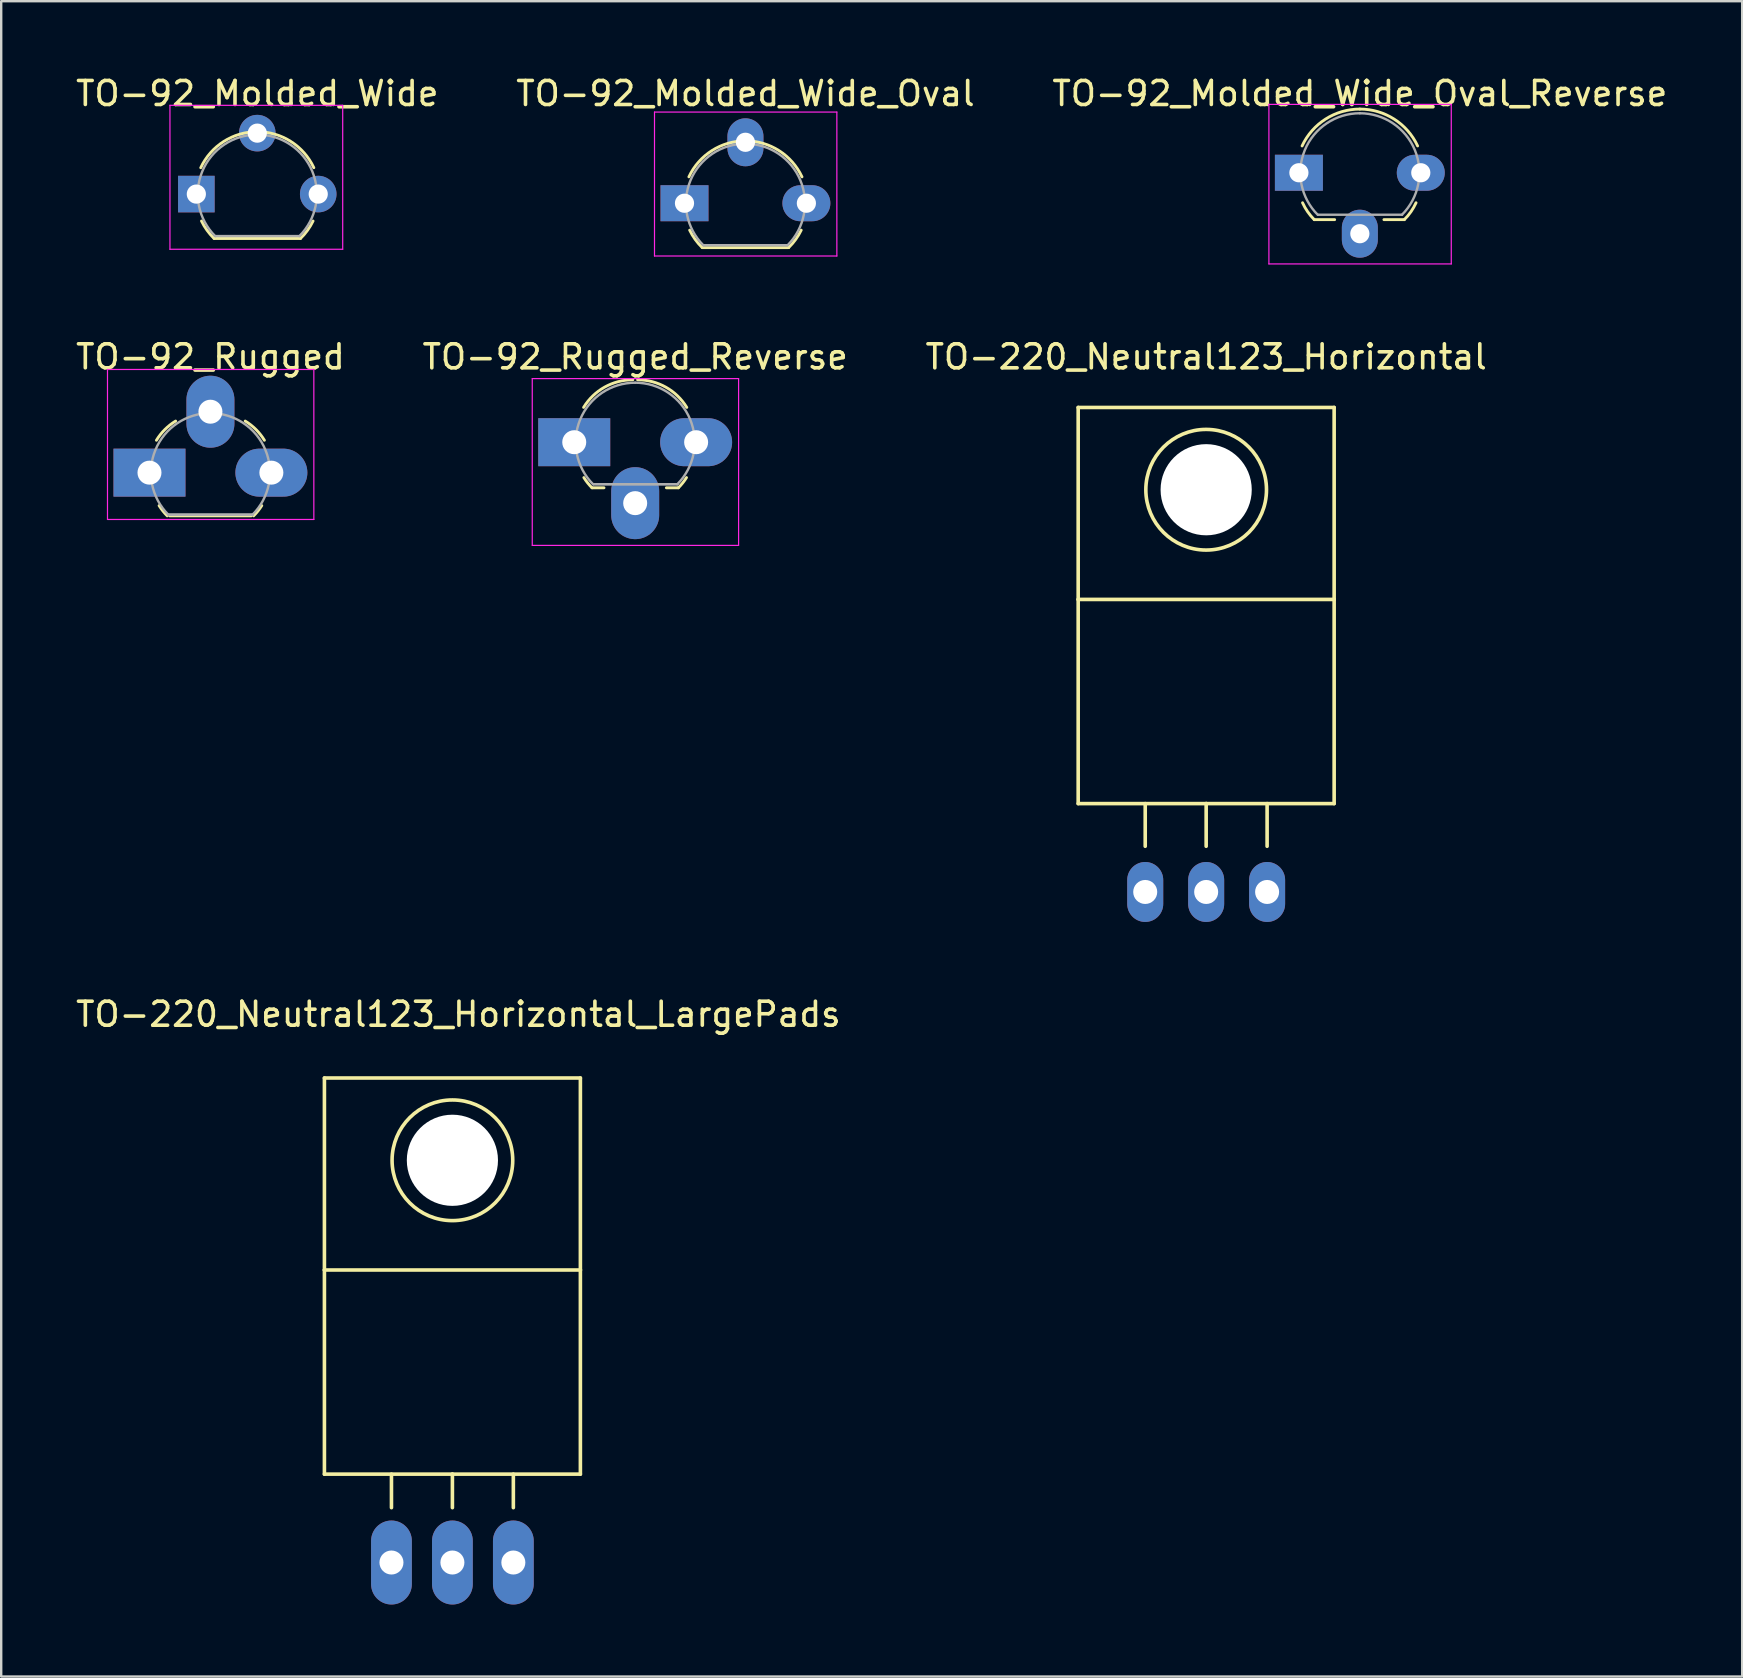
<source format=kicad_pcb>
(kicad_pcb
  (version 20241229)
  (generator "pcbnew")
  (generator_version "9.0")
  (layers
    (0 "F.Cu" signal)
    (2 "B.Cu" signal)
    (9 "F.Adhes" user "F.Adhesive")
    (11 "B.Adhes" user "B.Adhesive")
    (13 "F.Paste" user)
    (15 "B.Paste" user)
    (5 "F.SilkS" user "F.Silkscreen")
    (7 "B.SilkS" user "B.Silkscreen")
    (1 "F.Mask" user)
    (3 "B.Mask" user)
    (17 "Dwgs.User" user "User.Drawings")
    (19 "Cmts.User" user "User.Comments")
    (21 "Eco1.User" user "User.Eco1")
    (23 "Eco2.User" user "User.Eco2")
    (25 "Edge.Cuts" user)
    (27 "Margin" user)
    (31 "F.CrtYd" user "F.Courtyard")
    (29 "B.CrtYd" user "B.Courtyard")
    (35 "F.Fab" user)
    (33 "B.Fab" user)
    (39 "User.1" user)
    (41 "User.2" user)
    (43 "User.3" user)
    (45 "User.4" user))
  (footprint "TO-92_Molded_Wide_Oval"
    (layer "F.Cu")
    (at 25.478 5.42)
    (property "Reference" "TO-92_Molded_Wide_Oval" (at 2.54 -4.572 0) (layer "F.SilkS") (effects (font (size 1 1) (thickness 0.15))))
    (attr through_hole)
    (fp_line (start 0.74 1.85) (end 4.34 1.85) (stroke (width 0.12) (type solid)) (layer "F.SilkS"))
    (fp_arc (start 0.1836 -1.098807) (mid 1.143021 -2.192817) (end 2.54 -2.6) (stroke (width 0.12) (type solid)) (layer "F.SilkS"))
    (fp_arc (start 0.74 1.85) (mid 0.446097 1.509328) (end 0.215816 1.122795) (stroke (width 0.12) (type solid)) (layer "F.SilkS"))
    (fp_arc (start 2.54 -2.6) (mid 3.936979 -2.192818) (end 4.8964 -1.098807) (stroke (width 0.12) (type solid)) (layer "F.SilkS"))
    (fp_arc (start 4.864184 1.122795) (mid 4.633903 1.509328) (end 4.34 1.85) (stroke (width 0.12) (type solid)) (layer "F.SilkS"))
    (fp_line (start -1.25 -3.8) (end 6.35 -3.8) (stroke (width 0.05) (type solid)) (layer "F.CrtYd"))
    (fp_line (start -1.25 2.2) (end -1.25 -3.8) (stroke (width 0.05) (type solid)) (layer "F.CrtYd"))
    (fp_line (start -1.25 2.2) (end 6.35 2.2) (stroke (width 0.05) (type solid)) (layer "F.CrtYd"))
    (fp_line (start 6.35 2.2) (end 6.35 -3.8) (stroke (width 0.05) (type solid)) (layer "F.CrtYd"))
    (fp_line (start 0.8 1.75) (end 4.3 1.75) (stroke (width 0.1) (type solid)) (layer "F.Fab"))
    (fp_arc (start 0.786375 1.753625) (mid 0.248779 -0.949055) (end 2.54 -2.48) (stroke (width 0.1) (type solid)) (layer "F.Fab"))
    (fp_arc (start 2.54 -2.48) (mid 4.831221 -0.949055) (end 4.293625 1.753625) (stroke (width 0.1) (type solid)) (layer "F.Fab"))
    (pad "1" thru_hole rect (at 0 0 90) (size 1.501 1.999) (drill 0.8) (layers "*.Cu" "*.Mask"))
    (pad "2" thru_hole oval (at 2.54 -2.54 90) (size 1.999 1.501) (drill 0.8) (layers "*.Cu" "*.Mask"))
    (pad "3" thru_hole oval (at 5.08 0 90) (size 1.501 1.999) (drill 0.8) (layers "*.Cu" "*.Mask")))
  (footprint "TO-92_Rugged"
    (layer "F.Cu")
    (at 3.18 16.649)
    (property "Reference" "TO-92_Rugged" (at 2.54 -4.826 0) (layer "F.SilkS") (effects (font (size 1 1) (thickness 0.15))))
    (attr through_hole)
    (fp_line (start 0.84 1.8) (end 4.24 1.8) (stroke (width 0.12) (type solid)) (layer "F.SilkS"))
    (fp_arc (start 0.29 -1.35) (mid 0.642207 -1.797793) (end 1.09 -2.15) (stroke (width 0.12) (type solid)) (layer "F.SilkS"))
    (fp_arc (start 0.74 1.8) (mid 0.558552 1.596715) (end 0.401273 1.374203) (stroke (width 0.12) (type solid)) (layer "F.SilkS"))
    (fp_arc (start 3.99 -2.15) (mid 4.437793 -1.797793) (end 4.79 -1.35) (stroke (width 0.12) (type solid)) (layer "F.SilkS"))
    (fp_arc (start 4.678727 1.374203) (mid 4.521448 1.596715) (end 4.34 1.8) (stroke (width 0.12) (type solid)) (layer "F.SilkS"))
    (fp_line (start -1.75 -4.3) (end 6.85 -4.3) (stroke (width 0.05) (type solid)) (layer "F.CrtYd"))
    (fp_line (start -1.75 1.95) (end -1.75 -4.3) (stroke (width 0.05) (type solid)) (layer "F.CrtYd"))
    (fp_line (start -1.75 1.95) (end 6.85 1.95) (stroke (width 0.05) (type solid)) (layer "F.CrtYd"))
    (fp_line (start 6.85 1.95) (end 6.85 -4.3) (stroke (width 0.05) (type solid)) (layer "F.CrtYd"))
    (fp_line (start 0.8 1.75) (end 4.3 1.75) (stroke (width 0.1) (type solid)) (layer "F.Fab"))
    (fp_line (start 0.8 1.75) (end 4.3 1.75) (stroke (width 0.1) (type solid)) (layer "F.Fab"))
    (fp_arc (start 0.786375 1.753625) (mid 0.248779 -0.949055) (end 2.54 -2.48) (stroke (width 0.1) (type solid)) (layer "F.Fab"))
    (fp_arc (start 2.54 -2.48) (mid 4.831221 -0.949055) (end 4.293625 1.753625) (stroke (width 0.1) (type solid)) (layer "F.Fab"))
    (pad "1" thru_hole rect (at 0 0 90) (size 2 3) (drill 1) (layers "*.Cu" "*.Mask"))
    (pad "2" thru_hole oval (at 2.54 -2.54 90) (size 3 2) (drill 1) (layers "*.Cu" "*.Mask"))
    (pad "3" thru_hole oval (at 5.08 0 90) (size 2 3) (drill 1) (layers "*.Cu" "*.Mask")))
  (footprint "TO-220_Neutral123_Horizontal_LargePads"
    (layer "F.Cu")
    (at 15.805 62.072)
    (property "Reference" "TO-220_Neutral123_Horizontal_LargePads" (at 0.249 -22.85 0) (layer "F.SilkS") (effects (font (size 1 1) (thickness 0.15))))
    (attr through_hole)
    (fp_line (start -5.334 -20.193) (end -5.334 -12.192) (stroke (width 0.15) (type solid)) (layer "F.SilkS"))
    (fp_line (start -5.334 -12.192) (end -5.334 -3.683) (stroke (width 0.15) (type solid)) (layer "F.SilkS"))
    (fp_line (start -2.54 -3.683) (end -2.54 -2.286) (stroke (width 0.15) (type solid)) (layer "F.SilkS"))
    (fp_line (start 0 -3.683) (end -5.334 -3.683) (stroke (width 0.15) (type solid)) (layer "F.SilkS"))
    (fp_line (start 0 -3.683) (end 0 -2.286) (stroke (width 0.15) (type solid)) (layer "F.SilkS"))
    (fp_line (start 0 -3.683) (end 5.334 -3.683) (stroke (width 0.15) (type solid)) (layer "F.SilkS"))
    (fp_line (start 2.54 -3.683) (end 2.54 -2.286) (stroke (width 0.15) (type solid)) (layer "F.SilkS"))
    (fp_line (start 5.334 -20.193) (end -5.334 -20.193) (stroke (width 0.15) (type solid)) (layer "F.SilkS"))
    (fp_line (start 5.334 -12.192) (end -5.334 -12.192) (stroke (width 0.15) (type solid)) (layer "F.SilkS"))
    (fp_line (start 5.334 -12.192) (end 5.334 -20.193) (stroke (width 0.15) (type solid)) (layer "F.SilkS"))
    (fp_line (start 5.334 -3.683) (end 5.334 -12.192) (stroke (width 0.15) (type solid)) (layer "F.SilkS"))
    (fp_circle (center 0 -16.764) (end 1.778 -14.986) (stroke (width 0.15) (type solid)) (fill no) (layer "F.SilkS"))
    (pad "" np_thru_hole circle (at 0 -16.764 90) (size 3.8 3.8) (drill 3.8) (layers "*.Cu" "*.Mask"))
    (pad "1" thru_hole oval (at -2.54 0 90) (size 3.5 1.699) (drill 1.001) (layers "*.Cu" "*.Mask"))
    (pad "2" thru_hole oval (at 0 0 90) (size 3.5 1.699) (drill 1.001) (layers "*.Cu" "*.Mask"))
    (pad "3" thru_hole oval (at 2.54 0 90) (size 3.5 1.699) (drill 1.001) (layers "*.Cu" "*.Mask")))
  (footprint "TO-92_Molded_Wide"
    (layer "F.Cu")
    (at 5.133 5.039)
    (property "Reference" "TO-92_Molded_Wide" (at 2.54 -4.191 180) (layer "F.SilkS") (effects (font (size 1 1) (thickness 0.15))))
    (attr through_hole)
    (fp_line (start 0.74 1.85) (end 4.34 1.85) (stroke (width 0.12) (type solid)) (layer "F.SilkS"))
    (fp_arc (start 0.1836 -1.098807) (mid 1.143021 -2.192817) (end 2.54 -2.6) (stroke (width 0.12) (type solid)) (layer "F.SilkS"))
    (fp_arc (start 0.74 1.85) (mid 0.446097 1.509328) (end 0.215816 1.122795) (stroke (width 0.12) (type solid)) (layer "F.SilkS"))
    (fp_arc (start 2.54 -2.6) (mid 3.936979 -2.192818) (end 4.8964 -1.098807) (stroke (width 0.12) (type solid)) (layer "F.SilkS"))
    (fp_arc (start 4.864184 1.122795) (mid 4.633903 1.509328) (end 4.34 1.85) (stroke (width 0.12) (type solid)) (layer "F.SilkS"))
    (fp_line (start -1.1 -3.7) (end 6.1 -3.7) (stroke (width 0.05) (type solid)) (layer "F.CrtYd"))
    (fp_line (start -1.1 2.3) (end -1.1 -3.7) (stroke (width 0.05) (type solid)) (layer "F.CrtYd"))
    (fp_line (start 6.1 -3.7) (end 6.1 2.3) (stroke (width 0.05) (type solid)) (layer "F.CrtYd"))
    (fp_line (start 6.1 2.3) (end -1.1 2.3) (stroke (width 0.05) (type solid)) (layer "F.CrtYd"))
    (fp_line (start 0.8 1.75) (end 4.3 1.75) (stroke (width 0.1) (type solid)) (layer "F.Fab"))
    (fp_arc (start 0.786375 1.753625) (mid 0.248779 -0.949055) (end 2.54 -2.48) (stroke (width 0.1) (type solid)) (layer "F.Fab"))
    (fp_arc (start 2.54 -2.48) (mid 4.831221 -0.949055) (end 4.293625 1.753625) (stroke (width 0.1) (type solid)) (layer "F.Fab"))
    (pad "1" thru_hole rect (at 0 0 90) (size 1.524 1.524) (drill 0.8) (layers "*.Cu" "*.Mask"))
    (pad "2" thru_hole circle (at 2.54 -2.54 90) (size 1.524 1.524) (drill 0.8) (layers "*.Cu" "*.Mask"))
    (pad "3" thru_hole circle (at 5.08 0 90) (size 1.524 1.524) (drill 0.8) (layers "*.Cu" "*.Mask")))
  (footprint "TO-92_Rugged_Reverse"
    (layer "F.Cu")
    (at 20.883 15.38)
    (property "Reference" "TO-92_Rugged_Reverse" (at 2.54 -3.556 0) (layer "F.SilkS") (effects (font (size 1 1) (thickness 0.15))))
    (attr through_hole)
    (fp_line (start 0.74 1.9) (end 1.24 1.9) (stroke (width 0.12) (type solid)) (layer "F.SilkS"))
    (fp_line (start 3.84 1.9) (end 4.34 1.9) (stroke (width 0.12) (type solid)) (layer "F.SilkS"))
    (fp_arc (start 0.39 -1.45) (mid 1.264479 -2.293598) (end 2.44 -2.601041) (stroke (width 0.12) (type solid)) (layer "F.SilkS"))
    (fp_arc (start 0.74 1.9) (mid 0.558552 1.696715) (end 0.401273 1.474203) (stroke (width 0.12) (type solid)) (layer "F.SilkS"))
    (fp_arc (start 2.64 -2.601041) (mid 3.815521 -2.293597) (end 4.69 -1.45) (stroke (width 0.12) (type solid)) (layer "F.SilkS"))
    (fp_arc (start 4.678727 1.474203) (mid 4.521448 1.696715) (end 4.34 1.9) (stroke (width 0.12) (type solid)) (layer "F.SilkS"))
    (fp_line (start -1.75 -2.65) (end 6.85 -2.65) (stroke (width 0.05) (type solid)) (layer "F.CrtYd"))
    (fp_line (start -1.75 4.3) (end -1.75 -2.65) (stroke (width 0.05) (type solid)) (layer "F.CrtYd"))
    (fp_line (start -1.75 4.3) (end 6.85 4.3) (stroke (width 0.05) (type solid)) (layer "F.CrtYd"))
    (fp_line (start 6.85 4.3) (end 6.85 -2.65) (stroke (width 0.05) (type solid)) (layer "F.CrtYd"))
    (fp_line (start 0.8 1.75) (end 4.3 1.75) (stroke (width 0.1) (type solid)) (layer "F.Fab"))
    (fp_line (start 0.8 1.75) (end 4.3 1.75) (stroke (width 0.1) (type solid)) (layer "F.Fab"))
    (fp_arc (start 0.786375 1.753625) (mid 0.248779 -0.949055) (end 2.54 -2.48) (stroke (width 0.1) (type solid)) (layer "F.Fab"))
    (fp_arc (start 2.54 -2.48) (mid 4.831221 -0.949055) (end 4.293625 1.753625) (stroke (width 0.1) (type solid)) (layer "F.Fab"))
    (pad "1" thru_hole rect (at 0 0 90) (size 2 3) (drill 1) (layers "*.Cu" "*.Mask"))
    (pad "2" thru_hole oval (at 2.54 2.54 90) (size 3 2) (drill 1) (layers "*.Cu" "*.Mask"))
    (pad "3" thru_hole oval (at 5.08 0 90) (size 2 3) (drill 1) (layers "*.Cu" "*.Mask")))
  (footprint "TO-92_Molded_Wide_Oval_Reverse"
    (layer "F.Cu")
    (at 51.085 4.15)
    (property "Reference" "TO-92_Molded_Wide_Oval_Reverse" (at 2.54 -3.302 0) (layer "F.SilkS") (effects (font (size 1 1) (thickness 0.15))))
    (attr through_hole)
    (fp_line (start 0.64 1.954) (end 1.49 1.954) (stroke (width 0.12) (type solid)) (layer "F.SilkS"))
    (fp_line (start 3.544 1.954) (end 4.394 1.954) (stroke (width 0.12) (type solid)) (layer "F.SilkS"))
    (fp_arc (start 0.132705 -1.117429) (mid 1.112054 -2.237116) (end 2.54 -2.654) (stroke (width 0.12) (type solid)) (layer "F.SilkS"))
    (fp_arc (start 0.64 1.954) (mid 0.364627 1.624365) (end 0.152305 1.25099) (stroke (width 0.12) (type solid)) (layer "F.SilkS"))
    (fp_arc (start 2.54 -2.654) (mid 3.967946 -2.237116) (end 4.947295 -1.117429) (stroke (width 0.12) (type solid)) (layer "F.SilkS"))
    (fp_arc (start 4.881695 1.25099) (mid 4.669373 1.624365) (end 4.394 1.954) (stroke (width 0.12) (type solid)) (layer "F.SilkS"))
    (fp_line (start -1.25 -2.85) (end 6.35 -2.85) (stroke (width 0.05) (type solid)) (layer "F.CrtYd"))
    (fp_line (start -1.25 3.8) (end -1.25 -2.85) (stroke (width 0.05) (type solid)) (layer "F.CrtYd"))
    (fp_line (start -1.25 3.8) (end 6.35 3.8) (stroke (width 0.05) (type solid)) (layer "F.CrtYd"))
    (fp_line (start 6.35 3.8) (end 6.35 -2.85) (stroke (width 0.05) (type solid)) (layer "F.CrtYd"))
    (fp_line (start 0.8 1.75) (end 4.3 1.75) (stroke (width 0.1) (type solid)) (layer "F.Fab"))
    (fp_arc (start 0.786375 1.753625) (mid 0.248779 -0.949055) (end 2.54 -2.48) (stroke (width 0.1) (type solid)) (layer "F.Fab"))
    (fp_arc (start 2.54 -2.48) (mid 4.831221 -0.949055) (end 4.293625 1.753625) (stroke (width 0.1) (type solid)) (layer "F.Fab"))
    (pad "1" thru_hole rect (at 0 0 90) (size 1.5 2) (drill 0.8) (layers "*.Cu" "*.Mask"))
    (pad "2" thru_hole oval (at 2.54 2.54 90) (size 2 1.5) (drill 0.8) (layers "*.Cu" "*.Mask"))
    (pad "3" thru_hole oval (at 5.08 0 90) (size 1.5 2) (drill 0.8) (layers "*.Cu" "*.Mask")))
  (footprint "TO-220_Neutral123_Horizontal"
    (layer "F.Cu")
    (at 47.22 34.125)
    (property "Reference" "TO-220_Neutral123_Horizontal" (at 0 -22.301 0) (layer "F.SilkS") (effects (font (size 1 1) (thickness 0.15))))
    (attr through_hole)
    (fp_line (start -5.334 -20.193) (end -5.334 -12.192) (stroke (width 0.15) (type solid)) (layer "F.SilkS"))
    (fp_line (start -5.334 -12.192) (end -5.334 -3.683) (stroke (width 0.15) (type solid)) (layer "F.SilkS"))
    (fp_line (start -2.54 -3.683) (end -2.54 -1.905) (stroke (width 0.15) (type solid)) (layer "F.SilkS"))
    (fp_line (start 0 -3.683) (end -5.334 -3.683) (stroke (width 0.15) (type solid)) (layer "F.SilkS"))
    (fp_line (start 0 -3.683) (end 0 -1.905) (stroke (width 0.15) (type solid)) (layer "F.SilkS"))
    (fp_line (start 0 -3.683) (end 5.334 -3.683) (stroke (width 0.15) (type solid)) (layer "F.SilkS"))
    (fp_line (start 2.54 -3.683) (end 2.54 -1.905) (stroke (width 0.15) (type solid)) (layer "F.SilkS"))
    (fp_line (start 5.334 -20.193) (end -5.334 -20.193) (stroke (width 0.15) (type solid)) (layer "F.SilkS"))
    (fp_line (start 5.334 -12.192) (end -5.334 -12.192) (stroke (width 0.15) (type solid)) (layer "F.SilkS"))
    (fp_line (start 5.334 -12.192) (end 5.334 -20.193) (stroke (width 0.15) (type solid)) (layer "F.SilkS"))
    (fp_line (start 5.334 -3.683) (end 5.334 -12.192) (stroke (width 0.15) (type solid)) (layer "F.SilkS"))
    (fp_circle (center 0 -16.764) (end 1.778 -14.986) (stroke (width 0.15) (type solid)) (fill no) (layer "F.SilkS"))
    (pad "" np_thru_hole circle (at 0 -16.764 90) (size 3.8 3.8) (drill 3.8) (layers "*.Cu" "*.Mask"))
    (pad "1" thru_hole oval (at -2.54 0 90) (size 2.499 1.501) (drill 1.001) (layers "*.Cu" "*.Mask"))
    (pad "2" thru_hole oval (at 0 0 90) (size 2.499 1.501) (drill 1.001) (layers "*.Cu" "*.Mask"))
    (pad "3" thru_hole oval (at 2.54 0 90) (size 2.499 1.501) (drill 1.001) (layers "*.Cu" "*.Mask")))
  (gr_rect
    (start -3 -3)
    (end 69.56 66.823)
    (stroke (width 0.1) (type default))
    (fill no)
    (layer "Edge.Cuts")))
</source>
